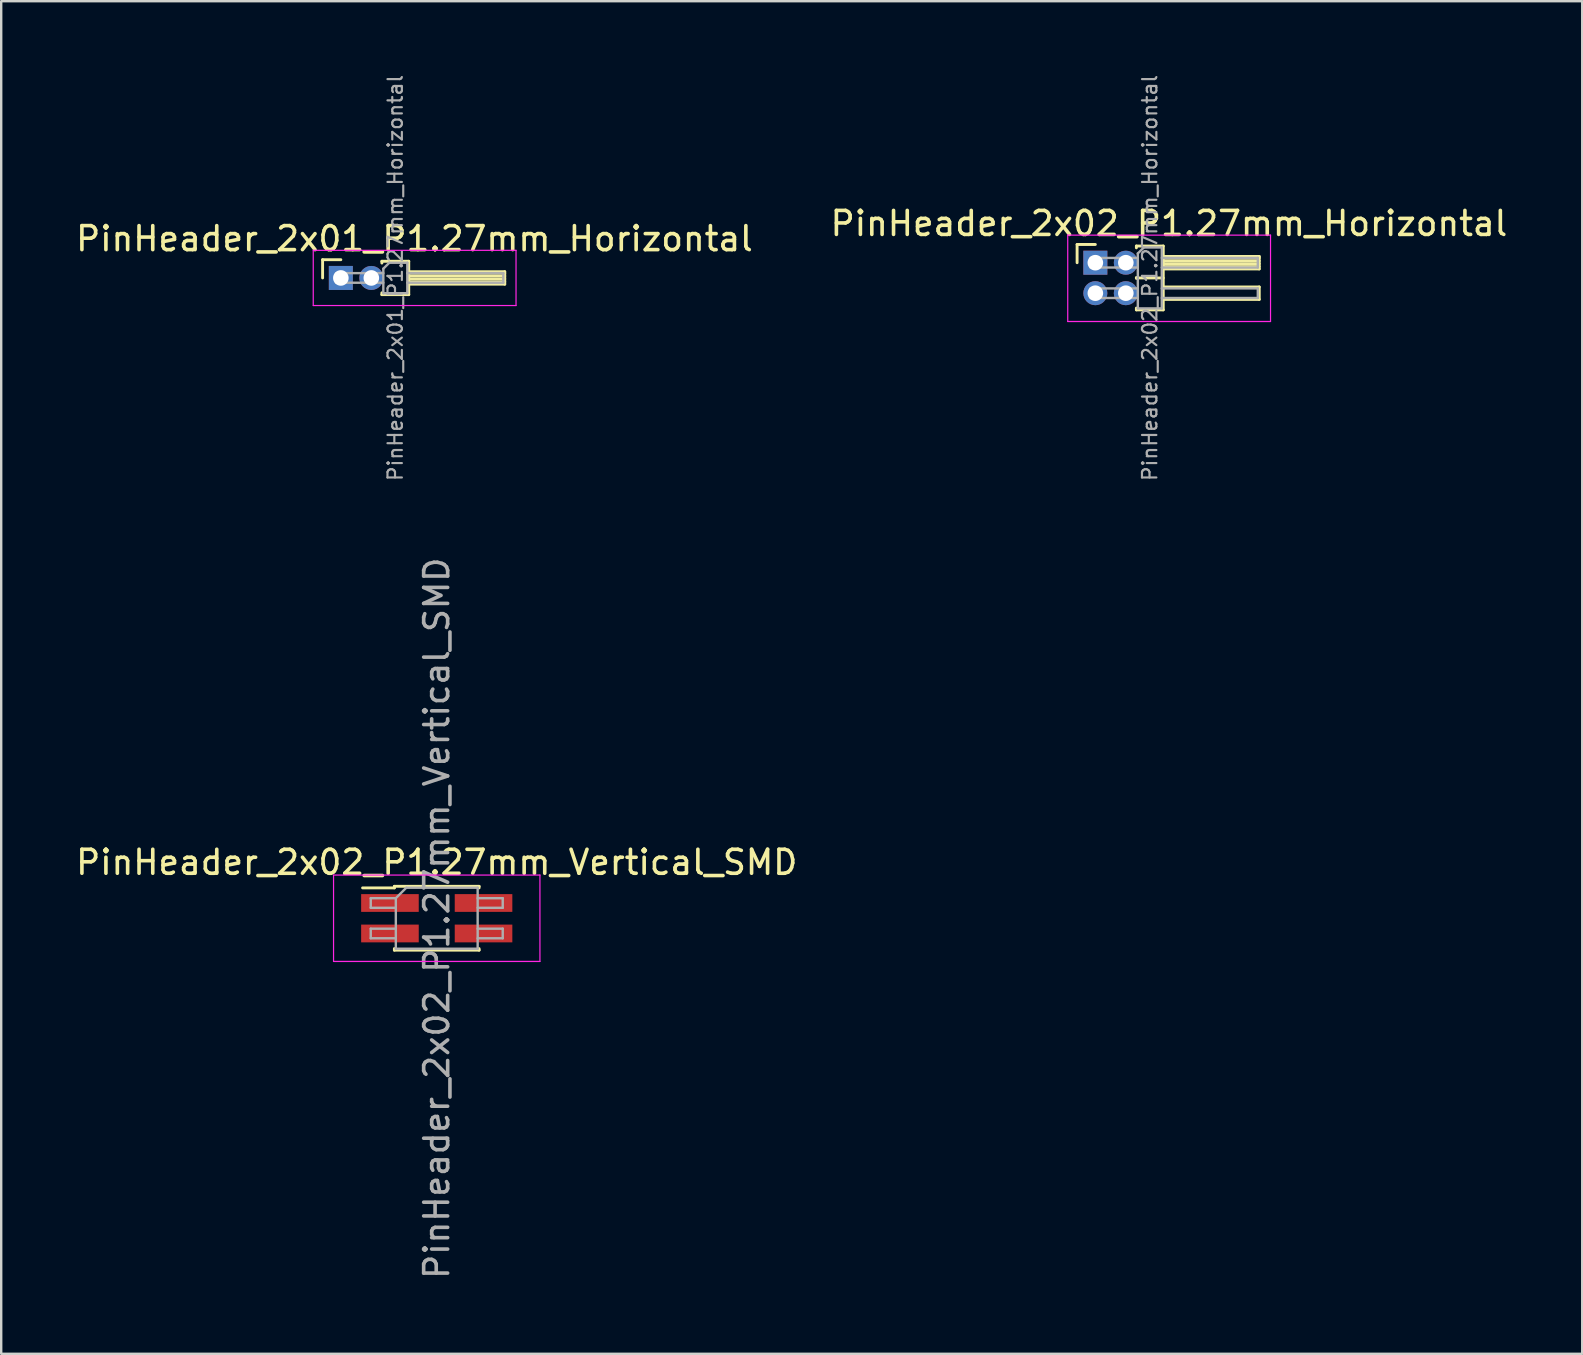
<source format=kicad_pcb>
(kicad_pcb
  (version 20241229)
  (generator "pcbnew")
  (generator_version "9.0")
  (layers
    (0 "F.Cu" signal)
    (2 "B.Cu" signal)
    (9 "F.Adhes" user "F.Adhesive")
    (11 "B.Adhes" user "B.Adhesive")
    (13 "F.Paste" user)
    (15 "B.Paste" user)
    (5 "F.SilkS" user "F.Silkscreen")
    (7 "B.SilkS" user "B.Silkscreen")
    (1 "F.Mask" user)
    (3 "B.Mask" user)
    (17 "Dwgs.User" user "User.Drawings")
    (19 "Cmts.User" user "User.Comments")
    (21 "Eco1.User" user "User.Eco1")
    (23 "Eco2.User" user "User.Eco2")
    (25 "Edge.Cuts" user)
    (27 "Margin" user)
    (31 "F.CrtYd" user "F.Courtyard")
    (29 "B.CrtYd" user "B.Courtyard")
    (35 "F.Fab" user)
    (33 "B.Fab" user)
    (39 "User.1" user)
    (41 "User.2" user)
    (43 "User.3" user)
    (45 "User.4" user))
  (footprint "PinHeader_2x02_P1.27mm_Vertical_SMD"
    (layer "F.Cu")
    (at 15.149 35.213)
    (property "Reference" "PinHeader_2x02_P1.27mm_Vertical_SMD" (at 0 -2.33 0) (layer "F.SilkS") (effects (font (size 1 1) (thickness 0.15))))
    (attr smd)
    (fp_line (start -3.09 -1.265) (end -1.765 -1.265) (stroke (width 0.12) (type solid)) (layer "F.SilkS"))
    (fp_line (start -1.765 -1.33) (end -1.765 -1.265) (stroke (width 0.12) (type solid)) (layer "F.SilkS"))
    (fp_line (start -1.765 -1.33) (end 1.765 -1.33) (stroke (width 0.12) (type solid)) (layer "F.SilkS"))
    (fp_line (start -1.765 1.265) (end -1.765 1.33) (stroke (width 0.12) (type solid)) (layer "F.SilkS"))
    (fp_line (start -1.765 1.33) (end 1.765 1.33) (stroke (width 0.12) (type solid)) (layer "F.SilkS"))
    (fp_line (start 1.765 -1.33) (end 1.765 -1.265) (stroke (width 0.12) (type solid)) (layer "F.SilkS"))
    (fp_line (start 1.765 1.265) (end 1.765 1.33) (stroke (width 0.12) (type solid)) (layer "F.SilkS"))
    (fp_line (start -4.3 -1.8) (end -4.3 1.8) (stroke (width 0.05) (type solid)) (layer "F.CrtYd"))
    (fp_line (start -4.3 1.8) (end 4.3 1.8) (stroke (width 0.05) (type solid)) (layer "F.CrtYd"))
    (fp_line (start 4.3 -1.8) (end -4.3 -1.8) (stroke (width 0.05) (type solid)) (layer "F.CrtYd"))
    (fp_line (start 4.3 1.8) (end 4.3 -1.8) (stroke (width 0.05) (type solid)) (layer "F.CrtYd"))
    (fp_line (start -2.75 -0.835) (end -2.75 -0.435) (stroke (width 0.1) (type solid)) (layer "F.Fab"))
    (fp_line (start -2.75 -0.435) (end -1.705 -0.435) (stroke (width 0.1) (type solid)) (layer "F.Fab"))
    (fp_line (start -2.75 0.435) (end -2.75 0.835) (stroke (width 0.1) (type solid)) (layer "F.Fab"))
    (fp_line (start -2.75 0.835) (end -1.705 0.835) (stroke (width 0.1) (type solid)) (layer "F.Fab"))
    (fp_line (start -1.705 -0.835) (end -2.75 -0.835) (stroke (width 0.1) (type solid)) (layer "F.Fab"))
    (fp_line (start -1.705 -0.835) (end -1.27 -1.27) (stroke (width 0.1) (type solid)) (layer "F.Fab"))
    (fp_line (start -1.705 0.435) (end -2.75 0.435) (stroke (width 0.1) (type solid)) (layer "F.Fab"))
    (fp_line (start -1.705 1.27) (end -1.705 -0.835) (stroke (width 0.1) (type solid)) (layer "F.Fab"))
    (fp_line (start -1.27 -1.27) (end 1.705 -1.27) (stroke (width 0.1) (type solid)) (layer "F.Fab"))
    (fp_line (start 1.705 -1.27) (end 1.705 1.27) (stroke (width 0.1) (type solid)) (layer "F.Fab"))
    (fp_line (start 1.705 -0.835) (end 2.75 -0.835) (stroke (width 0.1) (type solid)) (layer "F.Fab"))
    (fp_line (start 1.705 0.435) (end 2.75 0.435) (stroke (width 0.1) (type solid)) (layer "F.Fab"))
    (fp_line (start 1.705 1.27) (end -1.705 1.27) (stroke (width 0.1) (type solid)) (layer "F.Fab"))
    (fp_line (start 2.75 -0.835) (end 2.75 -0.435) (stroke (width 0.1) (type solid)) (layer "F.Fab"))
    (fp_line (start 2.75 -0.435) (end 1.705 -0.435) (stroke (width 0.1) (type solid)) (layer "F.Fab"))
    (fp_line (start 2.75 0.435) (end 2.75 0.835) (stroke (width 0.1) (type solid)) (layer "F.Fab"))
    (fp_line (start 2.75 0.835) (end 1.705 0.835) (stroke (width 0.1) (type solid)) (layer "F.Fab"))
    (fp_text user "${REFERENCE}" (at 0 0 90) (layer "F.Fab") (effects (font (size 1 1) (thickness 0.15))))
    (pad "1" smd rect (at -1.95 -0.635) (size 2.4 0.74) (layers "F.Cu" "F.Mask" "F.Paste"))
    (pad "2" smd rect (at 1.95 -0.635) (size 2.4 0.74) (layers "F.Cu" "F.Mask" "F.Paste"))
    (pad "3" smd rect (at -1.95 0.635) (size 2.4 0.74) (layers "F.Cu" "F.Mask" "F.Paste"))
    (pad "4" smd rect (at 1.95 0.635) (size 2.4 0.74) (layers "F.Cu" "F.Mask" "F.Paste")))
  (footprint "PinHeader_2x02_P1.27mm_Horizontal"
    (layer "F.Cu")
    (at 42.593 7.897)
    (property "Reference" "PinHeader_2x02_P1.27mm_Horizontal" (at 3.067 -1.635 0) (layer "F.SilkS") (effects (font (size 1 1) (thickness 0.15))))
    (attr through_hole)
    (fp_line (start -0.76 -0.76) (end 0 -0.76) (stroke (width 0.12) (type solid)) (layer "F.SilkS"))
    (fp_line (start -0.76 0) (end -0.76 -0.76) (stroke (width 0.12) (type solid)) (layer "F.SilkS"))
    (fp_line (start 1.71 -0.695) (end 2.83 -0.695) (stroke (width 0.12) (type solid)) (layer "F.SilkS"))
    (fp_line (start 1.71 -0.62) (end 1.71 -0.695) (stroke (width 0.12) (type solid)) (layer "F.SilkS"))
    (fp_line (start 1.71 0.62) (end 1.71 0.65) (stroke (width 0.12) (type solid)) (layer "F.SilkS"))
    (fp_line (start 1.71 0.635) (end 2.83 0.635) (stroke (width 0.12) (type solid)) (layer "F.SilkS"))
    (fp_line (start 1.71 1.965) (end 1.71 1.89) (stroke (width 0.12) (type solid)) (layer "F.SilkS"))
    (fp_line (start 2.83 -0.695) (end 2.83 1.965) (stroke (width 0.12) (type solid)) (layer "F.SilkS"))
    (fp_line (start 2.83 -0.26) (end 6.83 -0.26) (stroke (width 0.12) (type solid)) (layer "F.SilkS"))
    (fp_line (start 2.83 -0.2) (end 6.83 -0.2) (stroke (width 0.12) (type solid)) (layer "F.SilkS"))
    (fp_line (start 2.83 -0.08) (end 6.83 -0.08) (stroke (width 0.12) (type solid)) (layer "F.SilkS"))
    (fp_line (start 2.83 0.04) (end 6.83 0.04) (stroke (width 0.12) (type solid)) (layer "F.SilkS"))
    (fp_line (start 2.83 0.16) (end 6.83 0.16) (stroke (width 0.12) (type solid)) (layer "F.SilkS"))
    (fp_line (start 2.83 1.01) (end 6.83 1.01) (stroke (width 0.12) (type solid)) (layer "F.SilkS"))
    (fp_line (start 2.83 1.965) (end 1.71 1.965) (stroke (width 0.12) (type solid)) (layer "F.SilkS"))
    (fp_line (start 6.83 -0.26) (end 6.83 0.26) (stroke (width 0.12) (type solid)) (layer "F.SilkS"))
    (fp_line (start 6.83 0.26) (end 2.83 0.26) (stroke (width 0.12) (type solid)) (layer "F.SilkS"))
    (fp_line (start 6.83 1.01) (end 6.83 1.53) (stroke (width 0.12) (type solid)) (layer "F.SilkS"))
    (fp_line (start 6.83 1.53) (end 2.83 1.53) (stroke (width 0.12) (type solid)) (layer "F.SilkS"))
    (fp_line (start -1.15 -1.15) (end -1.15 2.45) (stroke (width 0.05) (type solid)) (layer "F.CrtYd"))
    (fp_line (start -1.15 2.45) (end 7.3 2.45) (stroke (width 0.05) (type solid)) (layer "F.CrtYd"))
    (fp_line (start 7.3 -1.15) (end -1.15 -1.15) (stroke (width 0.05) (type solid)) (layer "F.CrtYd"))
    (fp_line (start 7.3 2.45) (end 7.3 -1.15) (stroke (width 0.05) (type solid)) (layer "F.CrtYd"))
    (fp_line (start -0.2 -0.2) (end -0.2 0.2) (stroke (width 0.1) (type solid)) (layer "F.Fab"))
    (fp_line (start -0.2 -0.2) (end 1.77 -0.2) (stroke (width 0.1) (type solid)) (layer "F.Fab"))
    (fp_line (start -0.2 0.2) (end 1.77 0.2) (stroke (width 0.1) (type solid)) (layer "F.Fab"))
    (fp_line (start -0.2 1.07) (end -0.2 1.47) (stroke (width 0.1) (type solid)) (layer "F.Fab"))
    (fp_line (start -0.2 1.07) (end 1.77 1.07) (stroke (width 0.1) (type solid)) (layer "F.Fab"))
    (fp_line (start -0.2 1.47) (end 1.77 1.47) (stroke (width 0.1) (type solid)) (layer "F.Fab"))
    (fp_line (start 1.77 -0.385) (end 2.02 -0.635) (stroke (width 0.1) (type solid)) (layer "F.Fab"))
    (fp_line (start 1.77 1.905) (end 1.77 -0.385) (stroke (width 0.1) (type solid)) (layer "F.Fab"))
    (fp_line (start 2.02 -0.635) (end 2.77 -0.635) (stroke (width 0.1) (type solid)) (layer "F.Fab"))
    (fp_line (start 2.77 -0.635) (end 2.77 1.905) (stroke (width 0.1) (type solid)) (layer "F.Fab"))
    (fp_line (start 2.77 -0.2) (end 6.77 -0.2) (stroke (width 0.1) (type solid)) (layer "F.Fab"))
    (fp_line (start 2.77 0.2) (end 6.77 0.2) (stroke (width 0.1) (type solid)) (layer "F.Fab"))
    (fp_line (start 2.77 1.07) (end 6.77 1.07) (stroke (width 0.1) (type solid)) (layer "F.Fab"))
    (fp_line (start 2.77 1.47) (end 6.77 1.47) (stroke (width 0.1) (type solid)) (layer "F.Fab"))
    (fp_line (start 2.77 1.905) (end 1.77 1.905) (stroke (width 0.1) (type solid)) (layer "F.Fab"))
    (fp_line (start 6.77 -0.2) (end 6.77 0.2) (stroke (width 0.1) (type solid)) (layer "F.Fab"))
    (fp_line (start 6.77 1.07) (end 6.77 1.47) (stroke (width 0.1) (type solid)) (layer "F.Fab"))
    (fp_text user "${REFERENCE}" (at 2.27 0.635 90) (layer "F.Fab") (effects (font (size 0.6 0.6) (thickness 0.09))))
    (pad "1" thru_hole rect (at 0 0) (size 1 1) (drill 0.65) (layers "*.Cu" "*.Mask"))
    (pad "2" thru_hole oval (at 1.27 0) (size 1 1) (drill 0.65) (layers "*.Cu" "*.Mask"))
    (pad "3" thru_hole oval (at 0 1.27) (size 1 1) (drill 0.65) (layers "*.Cu" "*.Mask"))
    (pad "4" thru_hole oval (at 1.27 1.27) (size 1 1) (drill 0.65) (layers "*.Cu" "*.Mask")))
  (footprint "PinHeader_2x01_P1.27mm_Horizontal"
    (layer "F.Cu")
    (at 11.153 8.532)
    (property "Reference" "PinHeader_2x01_P1.27mm_Horizontal" (at 3.067 -1.635 0) (layer "F.SilkS") (effects (font (size 1 1) (thickness 0.15))))
    (attr through_hole)
    (fp_line (start -0.76 -0.76) (end 0 -0.76) (stroke (width 0.12) (type solid)) (layer "F.SilkS"))
    (fp_line (start -0.76 0) (end -0.76 -0.76) (stroke (width 0.12) (type solid)) (layer "F.SilkS"))
    (fp_line (start 1.71 -0.695) (end 2.83 -0.695) (stroke (width 0.12) (type solid)) (layer "F.SilkS"))
    (fp_line (start 1.71 -0.62) (end 1.71 -0.695) (stroke (width 0.12) (type solid)) (layer "F.SilkS"))
    (fp_line (start 1.71 0.695) (end 1.71 0.62) (stroke (width 0.12) (type solid)) (layer "F.SilkS"))
    (fp_line (start 2.83 -0.695) (end 2.83 0.695) (stroke (width 0.12) (type solid)) (layer "F.SilkS"))
    (fp_line (start 2.83 -0.26) (end 6.83 -0.26) (stroke (width 0.12) (type solid)) (layer "F.SilkS"))
    (fp_line (start 2.83 -0.2) (end 6.83 -0.2) (stroke (width 0.12) (type solid)) (layer "F.SilkS"))
    (fp_line (start 2.83 -0.08) (end 6.83 -0.08) (stroke (width 0.12) (type solid)) (layer "F.SilkS"))
    (fp_line (start 2.83 0.04) (end 6.83 0.04) (stroke (width 0.12) (type solid)) (layer "F.SilkS"))
    (fp_line (start 2.83 0.16) (end 6.83 0.16) (stroke (width 0.12) (type solid)) (layer "F.SilkS"))
    (fp_line (start 2.83 0.695) (end 1.71 0.695) (stroke (width 0.12) (type solid)) (layer "F.SilkS"))
    (fp_line (start 6.83 -0.26) (end 6.83 0.26) (stroke (width 0.12) (type solid)) (layer "F.SilkS"))
    (fp_line (start 6.83 0.26) (end 2.83 0.26) (stroke (width 0.12) (type solid)) (layer "F.SilkS"))
    (fp_line (start -1.15 -1.15) (end -1.15 1.15) (stroke (width 0.05) (type solid)) (layer "F.CrtYd"))
    (fp_line (start -1.15 1.15) (end 7.3 1.15) (stroke (width 0.05) (type solid)) (layer "F.CrtYd"))
    (fp_line (start 7.3 -1.15) (end -1.15 -1.15) (stroke (width 0.05) (type solid)) (layer "F.CrtYd"))
    (fp_line (start 7.3 1.15) (end 7.3 -1.15) (stroke (width 0.05) (type solid)) (layer "F.CrtYd"))
    (fp_line (start -0.2 -0.2) (end -0.2 0.2) (stroke (width 0.1) (type solid)) (layer "F.Fab"))
    (fp_line (start -0.2 -0.2) (end 1.77 -0.2) (stroke (width 0.1) (type solid)) (layer "F.Fab"))
    (fp_line (start -0.2 0.2) (end 1.77 0.2) (stroke (width 0.1) (type solid)) (layer "F.Fab"))
    (fp_line (start 1.77 -0.385) (end 2.02 -0.635) (stroke (width 0.1) (type solid)) (layer "F.Fab"))
    (fp_line (start 1.77 0.635) (end 1.77 -0.385) (stroke (width 0.1) (type solid)) (layer "F.Fab"))
    (fp_line (start 2.02 -0.635) (end 2.77 -0.635) (stroke (width 0.1) (type solid)) (layer "F.Fab"))
    (fp_line (start 2.77 -0.635) (end 2.77 0.635) (stroke (width 0.1) (type solid)) (layer "F.Fab"))
    (fp_line (start 2.77 -0.2) (end 6.77 -0.2) (stroke (width 0.1) (type solid)) (layer "F.Fab"))
    (fp_line (start 2.77 0.2) (end 6.77 0.2) (stroke (width 0.1) (type solid)) (layer "F.Fab"))
    (fp_line (start 2.77 0.635) (end 1.77 0.635) (stroke (width 0.1) (type solid)) (layer "F.Fab"))
    (fp_line (start 6.77 -0.2) (end 6.77 0.2) (stroke (width 0.1) (type solid)) (layer "F.Fab"))
    (fp_text user "${REFERENCE}" (at 2.27 0 90) (layer "F.Fab") (effects (font (size 0.6 0.6) (thickness 0.09))))
    (pad "1" thru_hole rect (at 0 0) (size 1 1) (drill 0.65) (layers "*.Cu" "*.Mask"))
    (pad "2" thru_hole oval (at 1.27 0) (size 1 1) (drill 0.65) (layers "*.Cu" "*.Mask")))
  (gr_rect
    (start -3 -3)
    (end 62.881 53.362)
    (stroke (width 0.1) (type default))
    (fill no)
    (layer "Edge.Cuts")))
</source>
